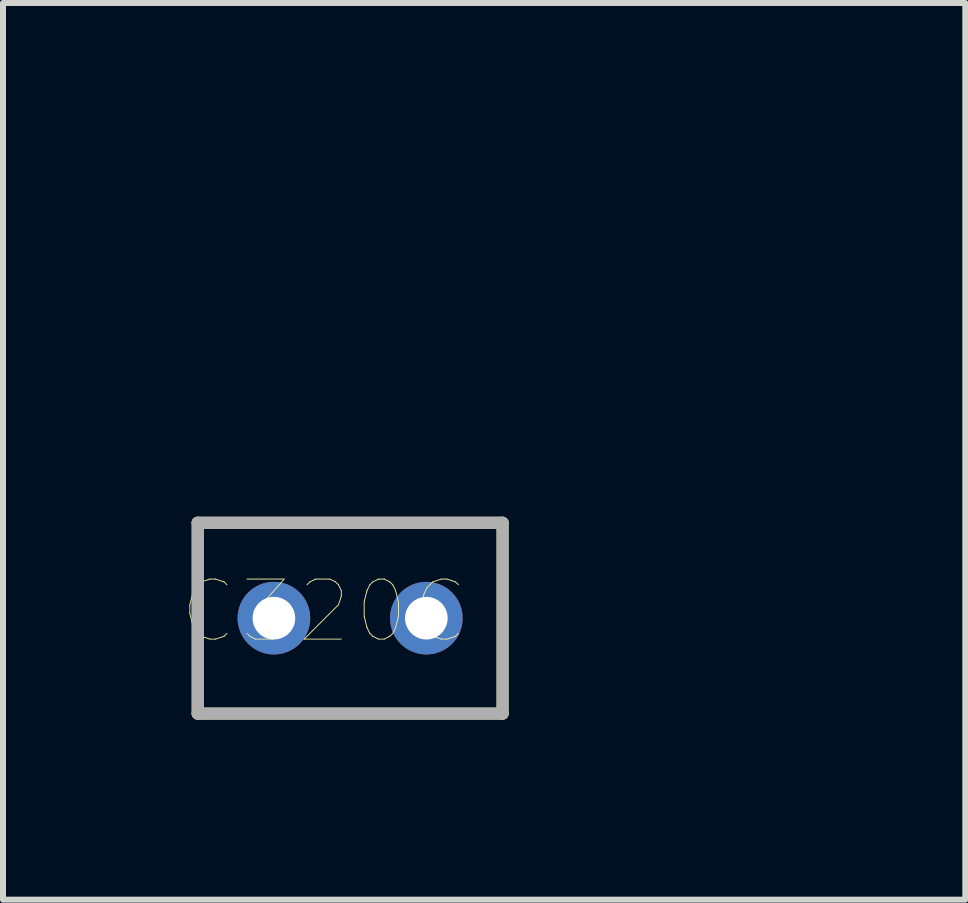
<source format=kicad_pcb>
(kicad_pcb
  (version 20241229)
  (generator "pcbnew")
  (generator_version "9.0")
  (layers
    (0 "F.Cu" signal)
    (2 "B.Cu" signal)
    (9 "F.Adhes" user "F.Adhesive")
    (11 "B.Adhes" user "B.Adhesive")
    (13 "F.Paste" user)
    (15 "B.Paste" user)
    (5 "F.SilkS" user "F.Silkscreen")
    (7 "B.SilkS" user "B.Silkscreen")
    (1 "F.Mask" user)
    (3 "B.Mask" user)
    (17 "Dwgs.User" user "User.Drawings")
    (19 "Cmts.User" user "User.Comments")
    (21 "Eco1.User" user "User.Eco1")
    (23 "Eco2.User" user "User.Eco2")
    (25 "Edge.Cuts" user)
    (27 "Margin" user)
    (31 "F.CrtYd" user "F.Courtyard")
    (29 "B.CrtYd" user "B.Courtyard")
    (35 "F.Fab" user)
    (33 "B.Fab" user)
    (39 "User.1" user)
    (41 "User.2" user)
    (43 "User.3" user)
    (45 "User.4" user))
  (footprint "C320C"
    (layer "F.Cu")
    (at 9.784 0.25)
    (property "Reference" "C320C" (at -7.433 6.887 0) (layer "F.SilkS") (effects (font (size 1 1) (thickness 0.015))))
    (attr through_hole)
    (fp_line (start -9.54 5.41) (end -4.46 5.41) (stroke (width 0.2) (type solid)) (layer "F.SilkS"))
    (fp_line (start -9.54 8.59) (end -9.54 5.41) (stroke (width 0.2) (type solid)) (layer "F.SilkS"))
    (fp_line (start -4.46 5.41) (end -4.46 8.59) (stroke (width 0.2) (type solid)) (layer "F.SilkS"))
    (fp_line (start -4.46 8.59) (end -9.54 8.59) (stroke (width 0.2) (type solid)) (layer "F.SilkS"))
    (fp_line (start -9.54 5.41) (end -4.46 5.41) (stroke (width 0.2) (type solid)) (layer "F.Fab"))
    (fp_line (start -9.54 8.59) (end -9.54 5.41) (stroke (width 0.2) (type solid)) (layer "F.Fab"))
    (fp_line (start -4.46 5.41) (end -4.46 8.59) (stroke (width 0.2) (type solid)) (layer "F.Fab"))
    (fp_line (start -4.46 8.59) (end -9.54 8.59) (stroke (width 0.2) (type solid)) (layer "F.Fab"))
    (pad "1" thru_hole circle (at -8.27 7) (size 1.21 1.21) (drill 0.71) (layers "*.Cu" "*.Mask"))
    (pad "2" thru_hole circle (at -5.73 7) (size 1.21 1.21) (drill 0.71) (layers "*.Cu" "*.Mask")))
  (gr_rect
    (start -3 -3)
    (end 13.034 11.94)
    (stroke (width 0.1) (type default))
    (fill no)
    (layer "Edge.Cuts")))
</source>
